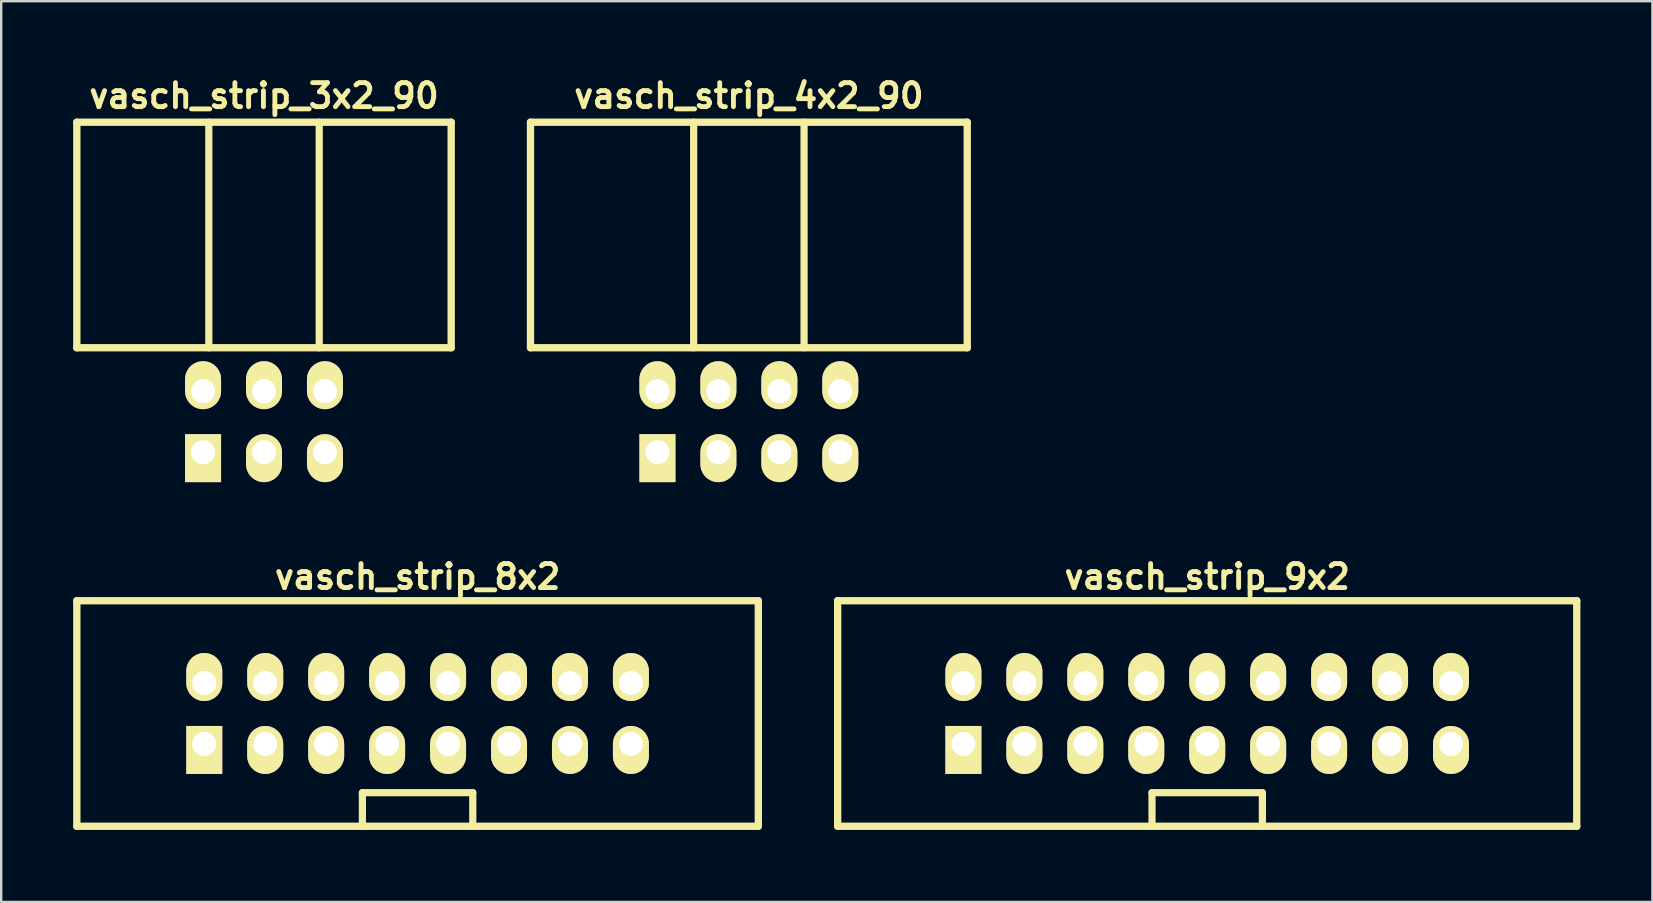
<source format=kicad_pcb>
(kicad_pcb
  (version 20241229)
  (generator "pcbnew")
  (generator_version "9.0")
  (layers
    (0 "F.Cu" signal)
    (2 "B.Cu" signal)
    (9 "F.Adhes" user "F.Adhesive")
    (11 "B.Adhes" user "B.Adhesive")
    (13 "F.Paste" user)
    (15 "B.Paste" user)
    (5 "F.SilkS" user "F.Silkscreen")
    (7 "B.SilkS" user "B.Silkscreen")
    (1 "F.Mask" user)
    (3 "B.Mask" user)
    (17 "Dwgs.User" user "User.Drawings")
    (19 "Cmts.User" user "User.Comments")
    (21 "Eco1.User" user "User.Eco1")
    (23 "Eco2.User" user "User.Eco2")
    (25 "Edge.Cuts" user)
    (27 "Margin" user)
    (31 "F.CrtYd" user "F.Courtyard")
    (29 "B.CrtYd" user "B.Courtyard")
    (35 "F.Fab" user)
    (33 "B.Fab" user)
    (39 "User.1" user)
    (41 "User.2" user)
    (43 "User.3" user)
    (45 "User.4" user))
  (footprint "vasch_strip_4x2_90"
    (layer "F.Cu")
    (at 28.157 9.442)
    (property "Reference" "vasch_strip_4x2_90" (at 0 -8.5 0) (layer "F.SilkS") (effects (font (size 1 1) (thickness 0.203))))
    (attr through_hole)
    (fp_line (start -9.1 -7.4) (end -9.1 2) (stroke (width 0.305) (type solid)) (layer "F.SilkS"))
    (fp_line (start -9.1 2) (end 9.1 2) (stroke (width 0.305) (type solid)) (layer "F.SilkS"))
    (fp_line (start -2.3 -7.4) (end -2.3 2) (stroke (width 0.3) (type solid)) (layer "F.SilkS"))
    (fp_line (start 2.3 -7.4) (end 2.3 2) (stroke (width 0.3) (type solid)) (layer "F.SilkS"))
    (fp_line (start 9.1 -7.4) (end -9.1 -7.4) (stroke (width 0.305) (type solid)) (layer "F.SilkS"))
    (fp_line (start 9.1 -7.4) (end 9.1 2) (stroke (width 0.305) (type solid)) (layer "F.SilkS"))
    (pad "1" thru_hole rect (at -3.81 6.35) (size 1.5 2) (drill 1 (offset 0 0.25)) (layers "*.Cu" "*.Mask" "F.SilkS"))
    (pad "2" thru_hole oval (at -3.81 3.81) (size 1.5 2) (drill 1 (offset 0 -0.25)) (layers "*.Cu" "*.Mask" "F.SilkS"))
    (pad "3" thru_hole oval (at -1.27 6.35) (size 1.5 2) (drill 1 (offset 0 0.25)) (layers "*.Cu" "*.Mask" "F.SilkS"))
    (pad "4" thru_hole oval (at -1.27 3.81) (size 1.5 2) (drill 1 (offset 0 -0.25)) (layers "*.Cu" "*.Mask" "F.SilkS"))
    (pad "5" thru_hole oval (at 1.27 6.35) (size 1.5 2) (drill 1 (offset 0 0.25)) (layers "*.Cu" "*.Mask" "F.SilkS"))
    (pad "6" thru_hole oval (at 1.27 3.81) (size 1.5 2) (drill 1 (offset 0 -0.25)) (layers "*.Cu" "*.Mask" "F.SilkS"))
    (pad "7" thru_hole oval (at 3.81 6.35) (size 1.5 2) (drill 1 (offset 0 0.25)) (layers "*.Cu" "*.Mask" "F.SilkS"))
    (pad "8" thru_hole oval (at 3.81 3.81) (size 1.5 2) (drill 1 (offset 0 -0.25)) (layers "*.Cu" "*.Mask" "F.SilkS")))
  (footprint "vasch_strip_3x2_90"
    (layer "F.Cu")
    (at 7.952 9.442)
    (property "Reference" "vasch_strip_3x2_90" (at 0 -8.5 0) (layer "F.SilkS") (effects (font (size 1 1) (thickness 0.203))))
    (attr through_hole)
    (fp_line (start -7.8 -7.4) (end -7.8 2) (stroke (width 0.305) (type solid)) (layer "F.SilkS"))
    (fp_line (start -7.8 2) (end 7.8 2) (stroke (width 0.305) (type solid)) (layer "F.SilkS"))
    (fp_line (start -2.3 -7.4) (end -2.3 2) (stroke (width 0.3) (type solid)) (layer "F.SilkS"))
    (fp_line (start 2.3 -7.4) (end 2.3 2) (stroke (width 0.3) (type solid)) (layer "F.SilkS"))
    (fp_line (start 7.8 -7.4) (end -7.8 -7.4) (stroke (width 0.305) (type solid)) (layer "F.SilkS"))
    (fp_line (start 7.8 -7.4) (end 7.8 2) (stroke (width 0.305) (type solid)) (layer "F.SilkS"))
    (pad "1" thru_hole rect (at -2.54 6.35) (size 1.5 2) (drill 1 (offset 0 0.25)) (layers "*.Cu" "*.Mask" "F.SilkS"))
    (pad "2" thru_hole oval (at -2.54 3.81) (size 1.5 2) (drill 1 (offset 0 -0.25)) (layers "*.Cu" "*.Mask" "F.SilkS"))
    (pad "3" thru_hole oval (at 0 6.35) (size 1.5 2) (drill 1 (offset 0 0.25)) (layers "*.Cu" "*.Mask" "F.SilkS"))
    (pad "4" thru_hole oval (at 0 3.81) (size 1.5 2) (drill 1 (offset 0 -0.25)) (layers "*.Cu" "*.Mask" "F.SilkS"))
    (pad "5" thru_hole oval (at 2.54 6.35) (size 1.5 2) (drill 1 (offset 0 0.25)) (layers "*.Cu" "*.Mask" "F.SilkS"))
    (pad "6" thru_hole oval (at 2.54 3.81) (size 1.5 2) (drill 1 (offset 0 -0.25)) (layers "*.Cu" "*.Mask" "F.SilkS")))
  (footprint "vasch_strip_8x2"
    (layer "F.Cu")
    (at 14.352 26.683)
    (property "Reference" "vasch_strip_8x2" (at 0 -5.7 0) (layer "F.SilkS") (effects (font (size 1 1) (thickness 0.203))))
    (attr through_hole)
    (fp_line (start -14.2 -4.7) (end -14.2 4.7) (stroke (width 0.305) (type solid)) (layer "F.SilkS"))
    (fp_line (start -14.2 4.7) (end 14.2 4.7) (stroke (width 0.305) (type solid)) (layer "F.SilkS"))
    (fp_line (start -2.3 3.3) (end -2.3 4.7) (stroke (width 0.3) (type solid)) (layer "F.SilkS"))
    (fp_line (start 2.3 3.3) (end -2.3 3.3) (stroke (width 0.3) (type solid)) (layer "F.SilkS"))
    (fp_line (start 2.3 4.7) (end 2.3 3.3) (stroke (width 0.3) (type solid)) (layer "F.SilkS"))
    (fp_line (start 14.2 -4.7) (end -14.2 -4.7) (stroke (width 0.305) (type solid)) (layer "F.SilkS"))
    (fp_line (start 14.2 -4.7) (end 14.2 4.7) (stroke (width 0.305) (type solid)) (layer "F.SilkS"))
    (pad "1" thru_hole rect (at -8.89 1.27) (size 1.5 2) (drill 1 (offset 0 0.25)) (layers "*.Cu" "*.Mask" "F.SilkS"))
    (pad "2" thru_hole oval (at -8.89 -1.27) (size 1.5 2) (drill 1 (offset 0 -0.25)) (layers "*.Cu" "*.Mask" "F.SilkS"))
    (pad "3" thru_hole oval (at -6.35 1.27) (size 1.5 2) (drill 1 (offset 0 0.25)) (layers "*.Cu" "*.Mask" "F.SilkS"))
    (pad "4" thru_hole oval (at -6.35 -1.27) (size 1.5 2) (drill 1 (offset 0 -0.25)) (layers "*.Cu" "*.Mask" "F.SilkS"))
    (pad "5" thru_hole oval (at -3.81 1.27) (size 1.5 2) (drill 1 (offset 0 0.25)) (layers "*.Cu" "*.Mask" "F.SilkS"))
    (pad "6" thru_hole oval (at -3.81 -1.27) (size 1.5 2) (drill 1 (offset 0 -0.25)) (layers "*.Cu" "*.Mask" "F.SilkS"))
    (pad "7" thru_hole oval (at -1.27 1.27) (size 1.5 2) (drill 1 (offset 0 0.25)) (layers "*.Cu" "*.Mask" "F.SilkS"))
    (pad "8" thru_hole oval (at -1.27 -1.27) (size 1.5 2) (drill 1 (offset 0 -0.25)) (layers "*.Cu" "*.Mask" "F.SilkS"))
    (pad "9" thru_hole oval (at 1.27 1.27) (size 1.5 2) (drill 1 (offset 0 0.25)) (layers "*.Cu" "*.Mask" "F.SilkS"))
    (pad "10" thru_hole oval (at 1.27 -1.27) (size 1.5 2) (drill 1 (offset 0 -0.25)) (layers "*.Cu" "*.Mask" "F.SilkS"))
    (pad "11" thru_hole oval (at 3.81 1.27) (size 1.5 2) (drill 1 (offset 0 0.25)) (layers "*.Cu" "*.Mask" "F.SilkS"))
    (pad "12" thru_hole oval (at 3.81 -1.27) (size 1.5 2) (drill 1 (offset 0 -0.25)) (layers "*.Cu" "*.Mask" "F.SilkS"))
    (pad "13" thru_hole oval (at 6.35 1.27) (size 1.5 2) (drill 1 (offset 0 0.25)) (layers "*.Cu" "*.Mask" "F.SilkS"))
    (pad "14" thru_hole oval (at 6.35 -1.27) (size 1.5 2) (drill 1 (offset 0 -0.25)) (layers "*.Cu" "*.Mask" "F.SilkS"))
    (pad "15" thru_hole oval (at 8.89 1.27) (size 1.5 2) (drill 1 (offset 0 0.25)) (layers "*.Cu" "*.Mask" "F.SilkS"))
    (pad "16" thru_hole oval (at 8.89 -1.27) (size 1.5 2) (drill 1 (offset 0 -0.25)) (layers "*.Cu" "*.Mask" "F.SilkS")))
  (footprint "vasch_strip_9x2"
    (layer "F.Cu")
    (at 47.257 26.683)
    (property "Reference" "vasch_strip_9x2" (at 0 -5.7 0) (layer "F.SilkS") (effects (font (size 1 1) (thickness 0.203))))
    (attr through_hole)
    (fp_line (start -15.4 -4.7) (end -15.4 4.7) (stroke (width 0.305) (type solid)) (layer "F.SilkS"))
    (fp_line (start -15.4 4.7) (end 15.4 4.7) (stroke (width 0.305) (type solid)) (layer "F.SilkS"))
    (fp_line (start -2.3 3.3) (end -2.3 4.7) (stroke (width 0.3) (type solid)) (layer "F.SilkS"))
    (fp_line (start 2.3 3.3) (end -2.3 3.3) (stroke (width 0.3) (type solid)) (layer "F.SilkS"))
    (fp_line (start 2.3 4.7) (end 2.3 3.3) (stroke (width 0.3) (type solid)) (layer "F.SilkS"))
    (fp_line (start 15.4 -4.7) (end -15.4 -4.7) (stroke (width 0.305) (type solid)) (layer "F.SilkS"))
    (fp_line (start 15.4 -4.7) (end 15.4 4.7) (stroke (width 0.305) (type solid)) (layer "F.SilkS"))
    (pad "1" thru_hole rect (at -10.16 1.27) (size 1.5 2) (drill 1 (offset 0 0.25)) (layers "*.Cu" "*.Mask" "F.SilkS"))
    (pad "2" thru_hole oval (at -10.16 -1.27) (size 1.5 2) (drill 1 (offset 0 -0.25)) (layers "*.Cu" "*.Mask" "F.SilkS"))
    (pad "3" thru_hole oval (at -7.62 1.27) (size 1.5 2) (drill 1 (offset 0 0.25)) (layers "*.Cu" "*.Mask" "F.SilkS"))
    (pad "4" thru_hole oval (at -7.62 -1.27) (size 1.5 2) (drill 1 (offset 0 -0.25)) (layers "*.Cu" "*.Mask" "F.SilkS"))
    (pad "5" thru_hole oval (at -5.08 1.27) (size 1.5 2) (drill 1 (offset 0 0.25)) (layers "*.Cu" "*.Mask" "F.SilkS"))
    (pad "6" thru_hole oval (at -5.08 -1.27) (size 1.5 2) (drill 1 (offset 0 -0.25)) (layers "*.Cu" "*.Mask" "F.SilkS"))
    (pad "7" thru_hole oval (at -2.54 1.27) (size 1.5 2) (drill 1 (offset 0 0.25)) (layers "*.Cu" "*.Mask" "F.SilkS"))
    (pad "8" thru_hole oval (at -2.54 -1.27) (size 1.5 2) (drill 1 (offset 0 -0.25)) (layers "*.Cu" "*.Mask" "F.SilkS"))
    (pad "9" thru_hole oval (at 0 1.27) (size 1.5 2) (drill 1 (offset 0 0.25)) (layers "*.Cu" "*.Mask" "F.SilkS"))
    (pad "10" thru_hole oval (at 0 -1.27) (size 1.5 2) (drill 1 (offset 0 -0.25)) (layers "*.Cu" "*.Mask" "F.SilkS"))
    (pad "11" thru_hole oval (at 2.54 1.27) (size 1.5 2) (drill 1 (offset 0 0.25)) (layers "*.Cu" "*.Mask" "F.SilkS"))
    (pad "12" thru_hole oval (at 2.54 -1.27) (size 1.5 2) (drill 1 (offset 0 -0.25)) (layers "*.Cu" "*.Mask" "F.SilkS"))
    (pad "13" thru_hole oval (at 5.08 1.27) (size 1.5 2) (drill 1 (offset 0 0.25)) (layers "*.Cu" "*.Mask" "F.SilkS"))
    (pad "14" thru_hole oval (at 5.08 -1.27) (size 1.5 2) (drill 1 (offset 0 -0.25)) (layers "*.Cu" "*.Mask" "F.SilkS"))
    (pad "15" thru_hole oval (at 7.62 1.27) (size 1.5 2) (drill 1 (offset 0 0.25)) (layers "*.Cu" "*.Mask" "F.SilkS"))
    (pad "16" thru_hole oval (at 7.62 -1.27) (size 1.5 2) (drill 1 (offset 0 -0.25)) (layers "*.Cu" "*.Mask" "F.SilkS"))
    (pad "17" thru_hole oval (at 10.16 1.27) (size 1.5 2) (drill 1 (offset 0 0.25)) (layers "*.Cu" "*.Mask" "F.SilkS"))
    (pad "18" thru_hole oval (at 10.16 -1.27) (size 1.5 2) (drill 1 (offset 0 -0.25)) (layers "*.Cu" "*.Mask" "F.SilkS")))
  (gr_rect
    (start -3 -3)
    (end 65.81 34.536)
    (stroke (width 0.1) (type default))
    (fill no)
    (layer "Edge.Cuts")))
</source>
